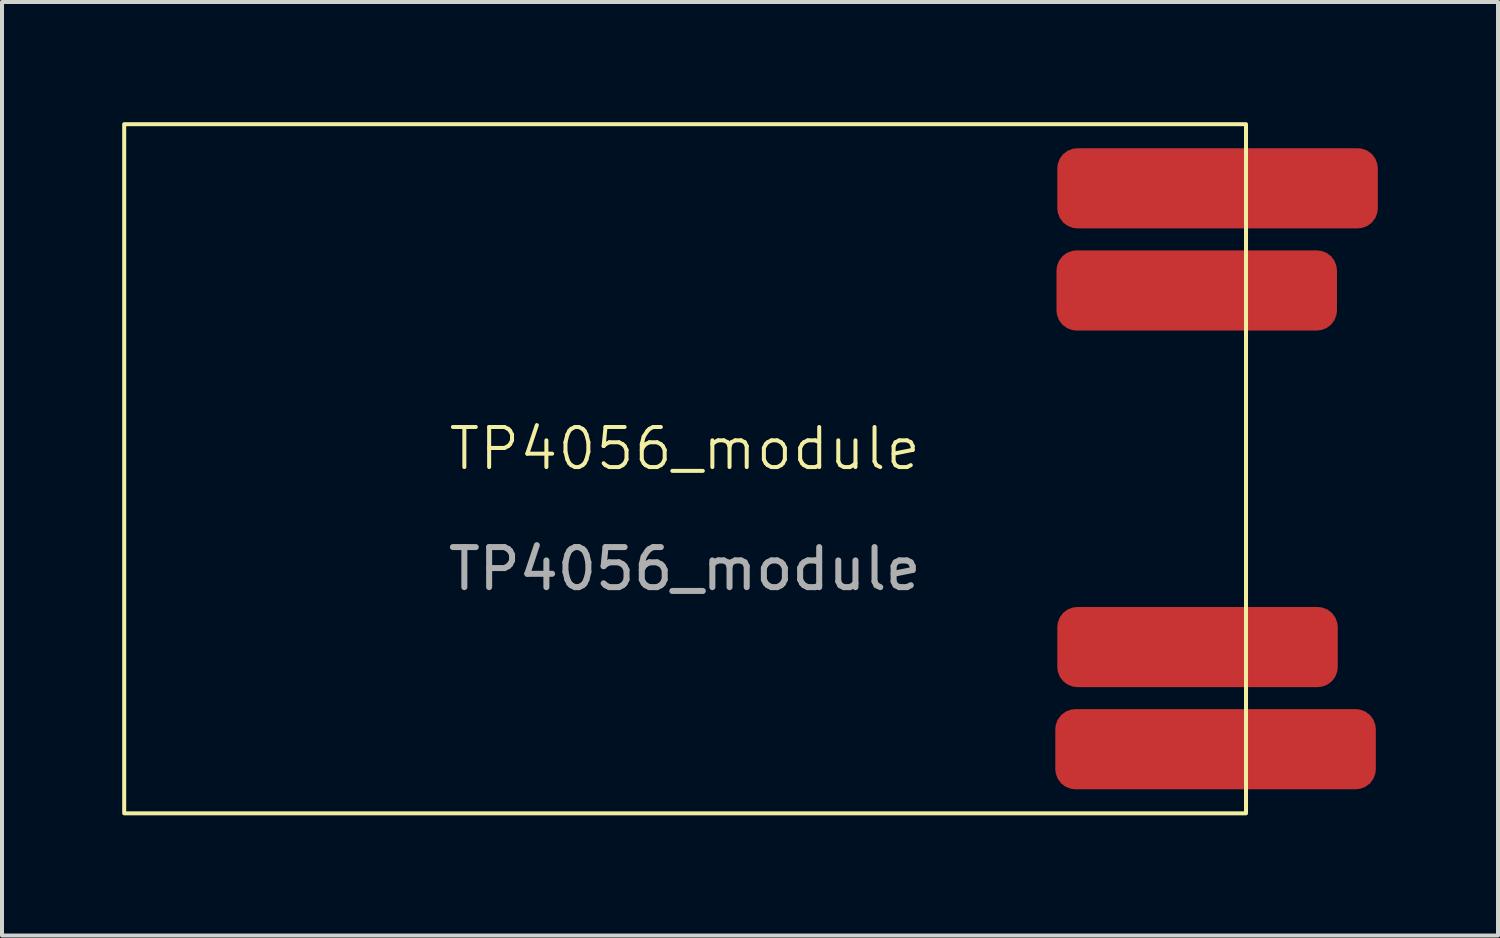
<source format=kicad_pcb>
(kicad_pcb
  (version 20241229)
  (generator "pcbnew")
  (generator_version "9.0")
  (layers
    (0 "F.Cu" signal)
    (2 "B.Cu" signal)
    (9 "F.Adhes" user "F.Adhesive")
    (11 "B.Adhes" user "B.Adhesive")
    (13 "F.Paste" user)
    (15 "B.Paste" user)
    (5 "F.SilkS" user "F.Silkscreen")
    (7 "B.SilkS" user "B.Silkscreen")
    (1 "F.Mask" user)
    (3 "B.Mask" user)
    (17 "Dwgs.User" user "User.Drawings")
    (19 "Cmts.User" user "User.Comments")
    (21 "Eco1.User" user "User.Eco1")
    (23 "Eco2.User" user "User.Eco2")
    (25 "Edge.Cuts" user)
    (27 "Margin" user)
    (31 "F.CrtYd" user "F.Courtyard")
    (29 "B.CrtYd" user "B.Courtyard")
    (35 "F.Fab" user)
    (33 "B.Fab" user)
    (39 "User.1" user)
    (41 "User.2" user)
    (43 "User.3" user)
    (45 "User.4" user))
  (footprint "TP4056_module"
    (layer "F.Cu")
    (at 14.04 8.65)
    (property "Reference" "TP4056_module" (at 0 -0.5 0) (unlocked yes) (layer "F.SilkS") (effects (font (size 1 1) (thickness 0.1))))
    (attr smd)
    (fp_rect (start -13.99 -8.6) (end 14.01 8.6) (stroke (width 0.1) (type default)) (fill no) (layer "F.SilkS"))
    (fp_text user "${REFERENCE}" (at 0 2.5 0) (unlocked yes) (layer "F.Fab") (effects (font (size 1 1) (thickness 0.15))))
    (pad "1" smd roundrect (at 12.78 -4.45) (size 7 2) (layers "F.Cu" "F.Mask" "F.Paste") (roundrect_rratio 0.25))
    (pad "2" smd roundrect (at 12.8 4.45) (size 7 2) (layers "F.Cu" "F.Mask" "F.Paste") (roundrect_rratio 0.25))
    (pad "3" smd roundrect (at 13.3 -7) (size 8 2) (layers "F.Cu" "F.Mask" "F.Paste") (roundrect_rratio 0.25))
    (pad "4" smd roundrect (at 13.25 7) (size 8 2) (layers "F.Cu" "F.Mask" "F.Paste") (roundrect_rratio 0.25)))
  (gr_rect
    (start -3 -3)
    (end 34.34 20.3)
    (stroke (width 0.1) (type default))
    (fill no)
    (layer "Edge.Cuts")))
</source>
